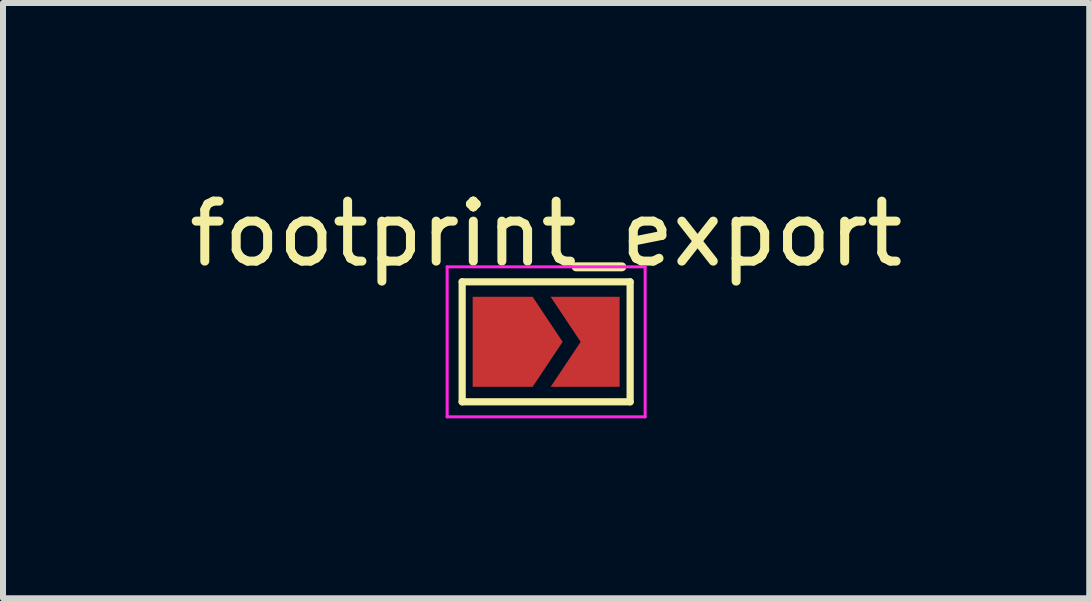
<source format=kicad_pcb>
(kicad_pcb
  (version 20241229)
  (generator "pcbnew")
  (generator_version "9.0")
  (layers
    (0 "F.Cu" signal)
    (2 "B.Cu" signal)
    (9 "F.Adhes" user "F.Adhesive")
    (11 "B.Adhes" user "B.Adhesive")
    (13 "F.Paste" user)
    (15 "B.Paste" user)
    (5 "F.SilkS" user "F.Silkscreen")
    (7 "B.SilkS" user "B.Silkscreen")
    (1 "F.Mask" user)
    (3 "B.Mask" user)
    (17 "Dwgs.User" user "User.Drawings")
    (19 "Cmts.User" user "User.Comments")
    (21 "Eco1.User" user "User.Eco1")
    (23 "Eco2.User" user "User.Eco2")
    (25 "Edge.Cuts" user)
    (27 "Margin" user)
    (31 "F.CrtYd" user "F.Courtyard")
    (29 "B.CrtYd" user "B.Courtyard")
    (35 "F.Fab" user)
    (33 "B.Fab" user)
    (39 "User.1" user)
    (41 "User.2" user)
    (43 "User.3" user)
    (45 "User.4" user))
  (footprint "footprint_export"
    (layer "F.Cu")
    (at 6.054 2.648)
    (property "Reference" "footprint_export" (at 0 -1.8 0) (layer "F.SilkS") (effects (font (size 1 1) (thickness 0.15))))
    (attr exclude_from_pos_files exclude_from_bom)
    (fp_line (start -1.4 -1) (end 1.4 -1) (stroke (width 0.12) (type solid)) (layer "F.SilkS"))
    (fp_line (start -1.4 1) (end -1.4 -1) (stroke (width 0.12) (type solid)) (layer "F.SilkS"))
    (fp_line (start 1.4 -1) (end 1.4 1) (stroke (width 0.12) (type solid)) (layer "F.SilkS"))
    (fp_line (start 1.4 1) (end -1.4 1) (stroke (width 0.12) (type solid)) (layer "F.SilkS"))
    (fp_line (start -1.65 -1.25) (end -1.65 1.25) (stroke (width 0.05) (type solid)) (layer "F.CrtYd"))
    (fp_line (start -1.65 -1.25) (end 1.65 -1.25) (stroke (width 0.05) (type solid)) (layer "F.CrtYd"))
    (fp_line (start 1.65 1.25) (end -1.65 1.25) (stroke (width 0.05) (type solid)) (layer "F.CrtYd"))
    (fp_line (start 1.65 1.25) (end 1.65 -1.25) (stroke (width 0.05) (type solid)) (layer "F.CrtYd"))
    (pad "1" smd custom (at -0.725 0) (size 0.3 0.3) (layers "F.Cu" "F.Mask") (options (anchor rect)) (primitives (gr_poly (pts (xy 1 0) (xy 0.5 0.75) (xy -0.5 0.75) (xy -0.5 -0.75) (xy 0.5 -0.75)) (width 0) (fill yes))))
    (pad "2" smd custom (at 0.725 0) (size 0.3 0.3) (layers "F.Cu" "F.Mask") (options (anchor rect)) (primitives (gr_poly (pts (xy 0.5 0.75) (xy -0.65 0.75) (xy -0.15 0) (xy -0.65 -0.75) (xy 0.5 -0.75)) (width 0) (fill yes)))))
  (gr_rect
    (start -3 -3)
    (end 15.107 6.923)
    (stroke (width 0.1) (type default))
    (fill no)
    (layer "Edge.Cuts")))
</source>
